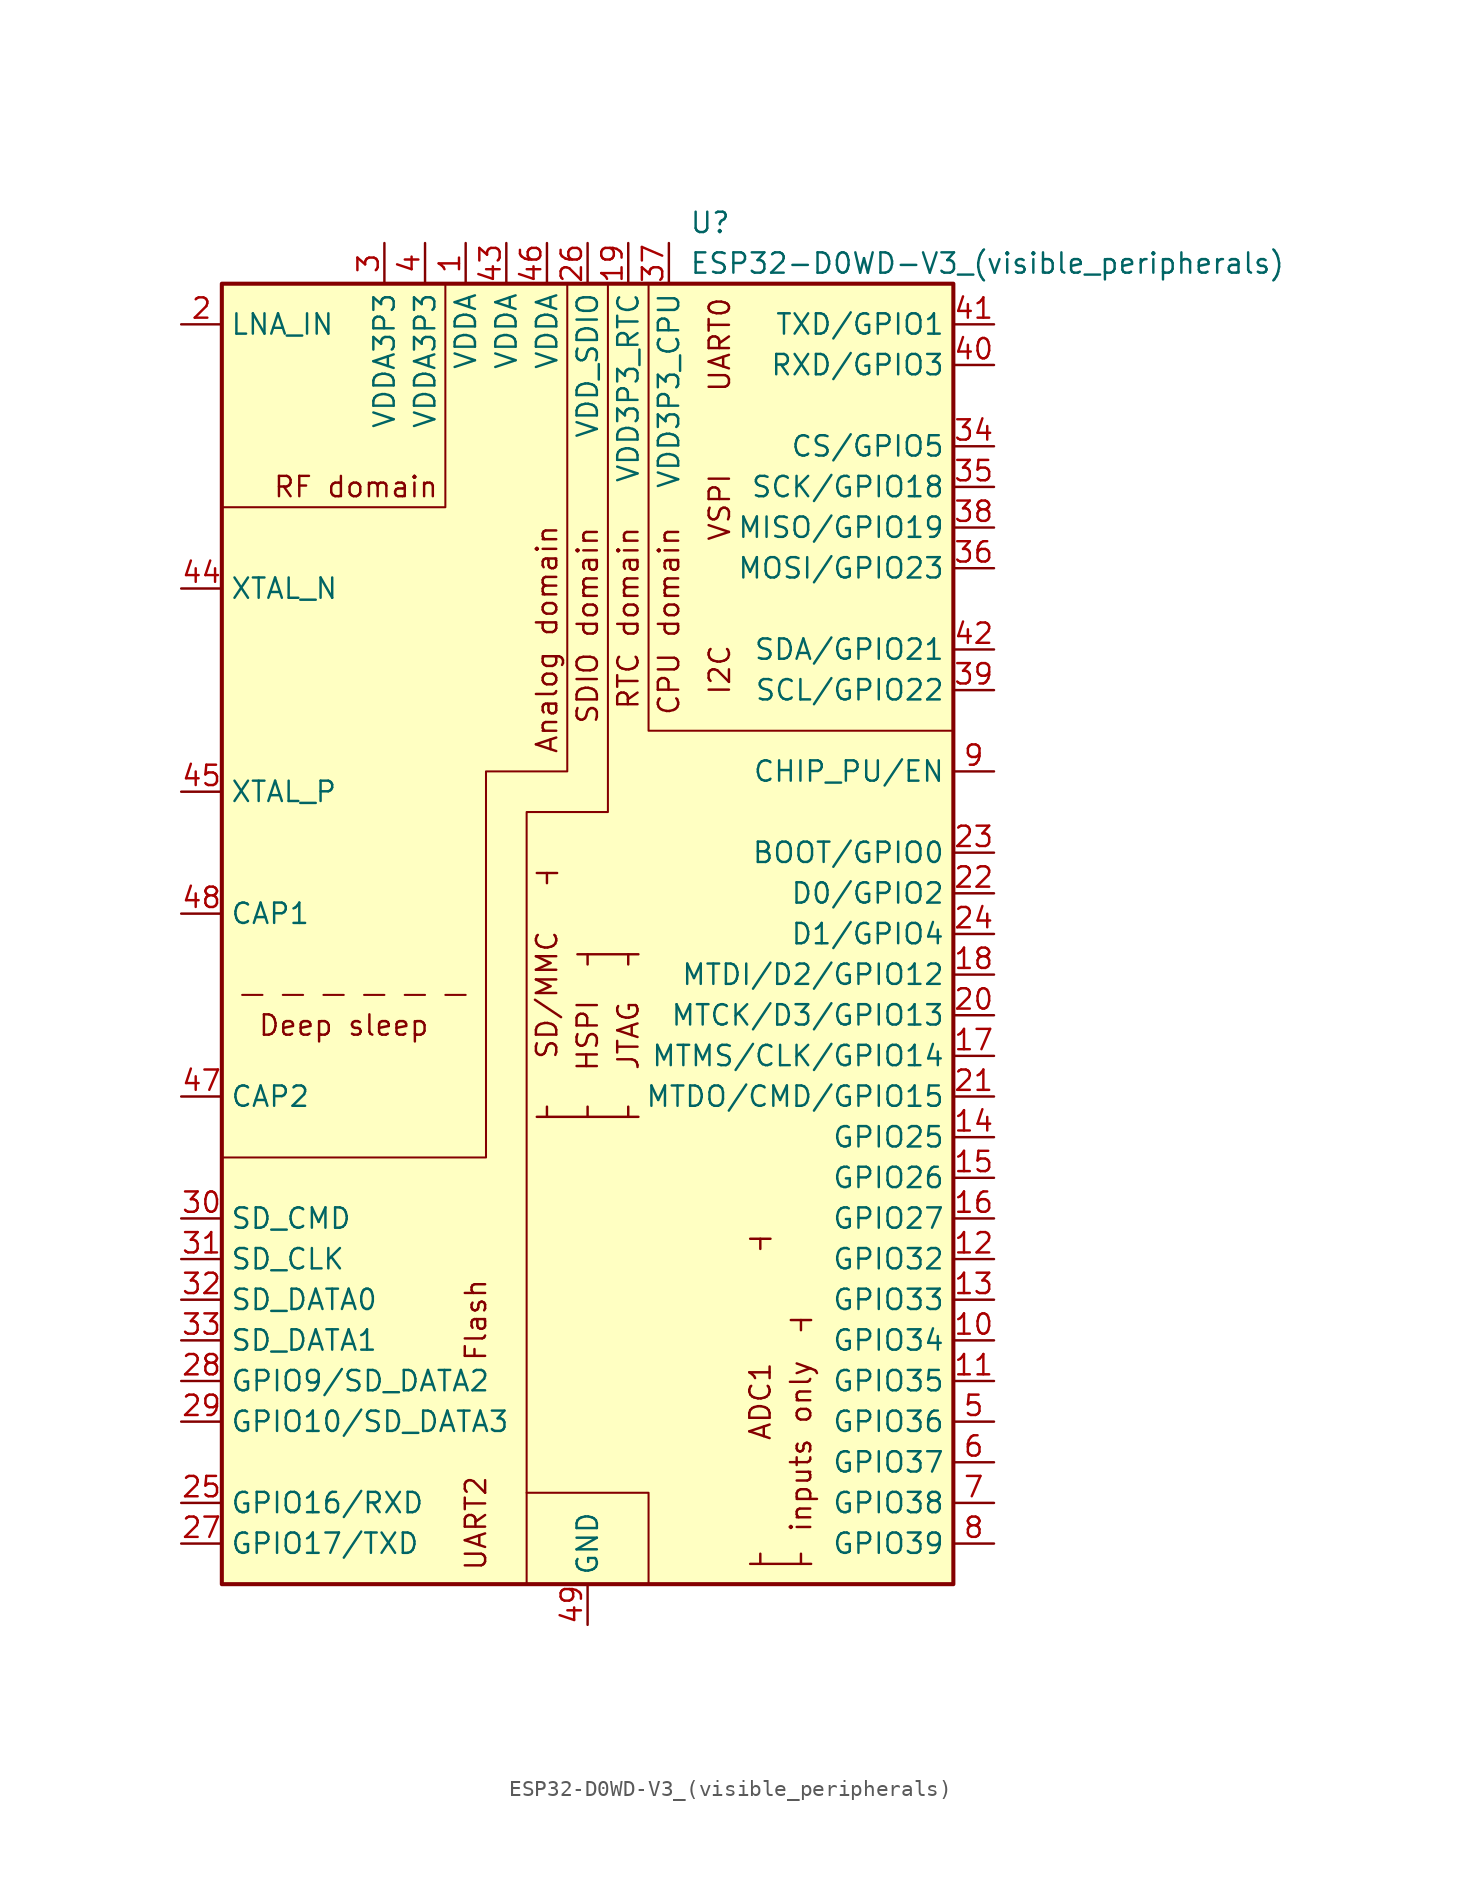
<source format=kicad_sym>
(kicad_symbol_lib
  (version 20211014)
  (generator kicad_symbol_editor)
  (symbol "ESP32-D0WD-V3_(visible_peripherals)"
    (property "Reference" "U"
      (at 6.35 44.45 0)
      (effects (font (size 1.27 1.27)) (justify left)))
    (property "Value" "ESP32-D0WD-V3_(visible_peripherals)"
      (at 6.35 41.91 0)
      (effects (font (size 1.27 1.27)) (justify left)))
    (symbol "ESP32-D0WD-V3_(visible_peripherals)_0_0"
      (text "Deep sleep" (at -15.24 -5.715 0) (effects (font (size 1.27 1.27))))
      (text "Flash" (at -6.985 -24.13 900) (effects (font (size 1.27 1.27))))
      (text "inputs only" (at 13.335 -37.465 900) (effects (font (size 1.27 1.27)) (justify left)))
      (text "SD/MMC" (at -2.54 -3.81 900) (effects (font (size 1.27 1.27))))
      (pin power_in line (at -7.62 43.18 270) (length 2.54) (name "VDDA" (effects (font (size 1.27 1.27)))) (number "1" (effects (font (size 1.27 1.27)))))
      (pin input line (at 25.4 -25.4 180) (length 2.54) (name "GPIO34" (effects (font (size 1.27 1.27)))) (number "10" (effects (font (size 1.27 1.27)))))
      (pin input line (at 25.4 -27.94 180) (length 2.54) (name "GPIO35" (effects (font (size 1.27 1.27)))) (number "11" (effects (font (size 1.27 1.27)))))
      (pin bidirectional line (at 25.4 -20.32 180) (length 2.54) (name "GPIO32" (effects (font (size 1.27 1.27)))) (number "12" (effects (font (size 1.27 1.27)))))
      (pin bidirectional line (at 25.4 -22.86 180) (length 2.54) (name "GPIO33" (effects (font (size 1.27 1.27)))) (number "13" (effects (font (size 1.27 1.27)))))
      (pin bidirectional line (at 25.4 -12.7 180) (length 2.54) (name "GPIO25" (effects (font (size 1.27 1.27)))) (number "14" (effects (font (size 1.27 1.27)))))
      (pin bidirectional line (at 25.4 -15.24 180) (length 2.54) (name "GPIO26" (effects (font (size 1.27 1.27)))) (number "15" (effects (font (size 1.27 1.27)))))
      (pin bidirectional line (at 25.4 -17.78 180) (length 2.54) (name "GPIO27" (effects (font (size 1.27 1.27)))) (number "16" (effects (font (size 1.27 1.27)))))
      (pin bidirectional line (at 25.4 -7.62 180) (length 2.54) (name "MTMS/CLK/GPIO14" (effects (font (size 1.27 1.27)))) (number "17" (effects (font (size 1.27 1.27)))))
      (pin bidirectional line (at 25.4 -2.54 180) (length 2.54) (name "MTDI/D2/GPIO12" (effects (font (size 1.27 1.27)))) (number "18" (effects (font (size 1.27 1.27)))))
      (pin power_in line (at 2.54 43.18 270) (length 2.54) (name "VDD3P3_RTC" (effects (font (size 1.27 1.27)))) (number "19" (effects (font (size 1.27 1.27)))))
      (pin bidirectional line (at -25.4 38.1 0) (length 2.54) (name "LNA_IN" (effects (font (size 1.27 1.27)))) (number "2" (effects (font (size 1.27 1.27)))))
      (pin bidirectional line (at 25.4 -5.08 180) (length 2.54) (name "MTCK/D3/GPIO13" (effects (font (size 1.27 1.27)))) (number "20" (effects (font (size 1.27 1.27)))))
      (pin bidirectional line (at 25.4 -10.16 180) (length 2.54) (name "MTDO/CMD/GPIO15" (effects (font (size 1.27 1.27)))) (number "21" (effects (font (size 1.27 1.27)))))
      (pin bidirectional line (at 25.4 2.54 180) (length 2.54) (name "D0/GPIO2" (effects (font (size 1.27 1.27)))) (number "22" (effects (font (size 1.27 1.27)))))
      (pin bidirectional line (at 25.4 5.08 180) (length 2.54) (name "BOOT/GPIO0" (effects (font (size 1.27 1.27)))) (number "23" (effects (font (size 1.27 1.27)))))
      (pin bidirectional line (at 25.4 0 180) (length 2.54) (name "D1/GPIO4" (effects (font (size 1.27 1.27)))) (number "24" (effects (font (size 1.27 1.27)))))
      (pin bidirectional line (at -25.4 -35.56 0) (length 2.54) (name "GPIO16/RXD" (effects (font (size 1.27 1.27)))) (number "25" (effects (font (size 1.27 1.27)))))
      (pin power_out line (at 0 43.18 270) (length 2.54) (name "VDD_SDIO" (effects (font (size 1.27 1.27)))) (number "26" (effects (font (size 1.27 1.27)))))
      (pin bidirectional line (at -25.4 -38.1 0) (length 2.54) (name "GPIO17/TXD" (effects (font (size 1.27 1.27)))) (number "27" (effects (font (size 1.27 1.27)))))
      (pin bidirectional line (at -25.4 -27.94 0) (length 2.54) (name "GPIO9/SD_DATA2" (effects (font (size 1.27 1.27)))) (number "28" (effects (font (size 1.27 1.27)))))
      (pin bidirectional line (at -25.4 -30.48 0) (length 2.54) (name "GPIO10/SD_DATA3" (effects (font (size 1.27 1.27)))) (number "29" (effects (font (size 1.27 1.27)))))
      (pin power_in line (at -12.7 43.18 270) (length 2.54) (name "VDDA3P3" (effects (font (size 1.27 1.27)))) (number "3" (effects (font (size 1.27 1.27)))))
      (pin bidirectional line (at -25.4 -17.78 0) (length 2.54) (name "SD_CMD" (effects (font (size 1.27 1.27)))) (number "30" (effects (font (size 1.27 1.27)))))
      (pin bidirectional line (at -25.4 -20.32 0) (length 2.54) (name "SD_CLK" (effects (font (size 1.27 1.27)))) (number "31" (effects (font (size 1.27 1.27)))))
      (pin bidirectional line (at -25.4 -22.86 0) (length 2.54) (name "SD_DATA0" (effects (font (size 1.27 1.27)))) (number "32" (effects (font (size 1.27 1.27)))))
      (pin bidirectional line (at -25.4 -25.4 0) (length 2.54) (name "SD_DATA1" (effects (font (size 1.27 1.27)))) (number "33" (effects (font (size 1.27 1.27)))))
      (pin bidirectional line (at 25.4 30.48 180) (length 2.54) (name "CS/GPIO5" (effects (font (size 1.27 1.27)))) (number "34" (effects (font (size 1.27 1.27)))))
      (pin bidirectional line (at 25.4 27.94 180) (length 2.54) (name "SCK/GPIO18" (effects (font (size 1.27 1.27)))) (number "35" (effects (font (size 1.27 1.27)))))
      (pin bidirectional line (at 25.4 22.86 180) (length 2.54) (name "MOSI/GPIO23" (effects (font (size 1.27 1.27)))) (number "36" (effects (font (size 1.27 1.27)))))
      (pin power_in line (at 5.08 43.18 270) (length 2.54) (name "VDD3P3_CPU" (effects (font (size 1.27 1.27)))) (number "37" (effects (font (size 1.27 1.27)))))
      (pin bidirectional line (at 25.4 25.4 180) (length 2.54) (name "MISO/GPIO19" (effects (font (size 1.27 1.27)))) (number "38" (effects (font (size 1.27 1.27)))))
      (pin bidirectional line (at 25.4 15.24 180) (length 2.54) (name "SCL/GPIO22" (effects (font (size 1.27 1.27)))) (number "39" (effects (font (size 1.27 1.27)))))
      (pin bidirectional line (at 25.4 35.56 180) (length 2.54) (name "RXD/GPIO3" (effects (font (size 1.27 1.27)))) (number "40" (effects (font (size 1.27 1.27)))))
      (pin bidirectional line (at 25.4 38.1 180) (length 2.54) (name "TXD/GPIO1" (effects (font (size 1.27 1.27)))) (number "41" (effects (font (size 1.27 1.27)))))
      (pin bidirectional line (at 25.4 17.78 180) (length 2.54) (name "SDA/GPIO21" (effects (font (size 1.27 1.27)))) (number "42" (effects (font (size 1.27 1.27)))))
      (pin power_in line (at -5.08 43.18 270) (length 2.54) (name "VDDA" (effects (font (size 1.27 1.27)))) (number "43" (effects (font (size 1.27 1.27)))))
      (pin output line (at -25.4 21.59 0) (length 2.54) (name "XTAL_N" (effects (font (size 1.27 1.27)))) (number "44" (effects (font (size 1.27 1.27)))))
      (pin input line (at -25.4 8.89 0) (length 2.54) (name "XTAL_P" (effects (font (size 1.27 1.27)))) (number "45" (effects (font (size 1.27 1.27)))))
      (pin power_in line (at -2.54 43.18 270) (length 2.54) (name "VDDA" (effects (font (size 1.27 1.27)))) (number "46" (effects (font (size 1.27 1.27)))))
      (pin passive line (at -25.4 -10.16 0) (length 2.54) (name "CAP2" (effects (font (size 1.27 1.27)))) (number "47" (effects (font (size 1.27 1.27)))))
      (pin passive line (at -25.4 1.27 0) (length 2.54) (name "CAP1" (effects (font (size 1.27 1.27)))) (number "48" (effects (font (size 1.27 1.27)))))
      (pin power_in line (at 0 -43.18 90) (length 2.54) (name "GND" (effects (font (size 1.27 1.27)))) (number "49" (effects (font (size 1.27 1.27)))))
      (pin input line (at 25.4 -30.48 180) (length 2.54) (name "GPIO36" (effects (font (size 1.27 1.27)))) (number "5" (effects (font (size 1.27 1.27)))))
      (pin input line (at 25.4 -33.02 180) (length 2.54) (name "GPIO37" (effects (font (size 1.27 1.27)))) (number "6" (effects (font (size 1.27 1.27)))))
      (pin input line (at 25.4 -35.56 180) (length 2.54) (name "GPIO38" (effects (font (size 1.27 1.27)))) (number "7" (effects (font (size 1.27 1.27)))))
      (pin input line (at 25.4 -38.1 180) (length 2.54) (name "GPIO39" (effects (font (size 1.27 1.27)))) (number "8" (effects (font (size 1.27 1.27)))))
      (pin input line (at 25.4 10.16 180) (length 2.54) (name "CHIP_PU/EN" (effects (font (size 1.27 1.27)))) (number "9" (effects (font (size 1.27 1.27))))))
    (symbol "ESP32-D0WD-V3_(visible_peripherals)_0_1"
      (rectangle (start -22.86 40.64) (end 22.86 -40.64) (stroke (width 0.254) (type default) (color 0 0 0 0)) (fill (type background)))
      (polyline (pts (xy 1.27 40.64) (xy 1.27 7.62) (xy -3.81 7.62) (xy -3.81 -40.64)) (stroke (width 0.127) (type default) (color 0 0 0 0)) (fill (type none)))
      (polyline (pts (xy -22.86 -13.97) (xy -6.35 -13.97) (xy -6.35 10.16) (xy -1.27 10.16) (xy -1.27 40.64)) (stroke (width 0.127) (type default) (color 0 0 0 0)) (fill (type none))))
    (symbol "ESP32-D0WD-V3_(visible_peripherals)_1_1"
      (polyline (pts (xy -21.59 -3.81) (xy -20.32 -3.81)) (stroke (width 0.127) (type default) (color 0 0 0 0)) (fill (type none)))
      (polyline (pts (xy -19.05 -3.81) (xy -17.78 -3.81)) (stroke (width 0.127) (type default) (color 0 0 0 0)) (fill (type none)))
      (polyline (pts (xy -16.51 -3.81) (xy -15.24 -3.81)) (stroke (width 0.127) (type default) (color 0 0 0 0)) (fill (type none)))
      (polyline (pts (xy -13.97 -3.81) (xy -12.7 -3.81)) (stroke (width 0.127) (type default) (color 0 0 0 0)) (fill (type none)))
      (polyline (pts (xy -11.43 -3.81) (xy -10.16 -3.81)) (stroke (width 0.127) (type default) (color 0 0 0 0)) (fill (type none)))
      (polyline (pts (xy -8.89 -3.81) (xy -7.62 -3.81)) (stroke (width 0.127) (type default) (color 0 0 0 0)) (fill (type none)))
      (polyline (pts (xy -3.175 -11.43) (xy 3.175 -11.43)) (stroke (width 0) (type default) (color 0 0 0 0)) (fill (type none)))
      (polyline (pts (xy -2.54 -10.795) (xy -2.54 -11.43)) (stroke (width 0) (type default) (color 0 0 0 0)) (fill (type none)))
      (polyline (pts (xy -2.54 3.175) (xy -2.54 3.81)) (stroke (width 0) (type default) (color 0 0 0 0)) (fill (type none)))
      (polyline (pts (xy -1.905 3.81) (xy -3.175 3.81)) (stroke (width 0) (type default) (color 0 0 0 0)) (fill (type none)))
      (polyline (pts (xy 0 -10.795) (xy 0 -11.43)) (stroke (width 0) (type default) (color 0 0 0 0)) (fill (type none)))
      (polyline (pts (xy 0 -1.905) (xy 0 -1.27)) (stroke (width 0) (type default) (color 0 0 0 0)) (fill (type none)))
      (polyline (pts (xy 2.54 -10.795) (xy 2.54 -11.43)) (stroke (width 0) (type default) (color 0 0 0 0)) (fill (type none)))
      (polyline (pts (xy 2.54 -1.905) (xy 2.54 -1.27)) (stroke (width 0) (type default) (color 0 0 0 0)) (fill (type none)))
      (polyline (pts (xy 3.175 -1.27) (xy -0.635 -1.27)) (stroke (width 0) (type default) (color 0 0 0 0)) (fill (type none)))
      (polyline (pts (xy 10.795 -38.735) (xy 10.795 -39.37)) (stroke (width 0) (type default) (color 0 0 0 0)) (fill (type none)))
      (polyline (pts (xy 10.795 -19.685) (xy 10.795 -19.05)) (stroke (width 0) (type default) (color 0 0 0 0)) (fill (type none)))
      (polyline (pts (xy 11.43 -19.05) (xy 10.16 -19.05)) (stroke (width 0) (type default) (color 0 0 0 0)) (fill (type none)))
      (polyline (pts (xy 13.335 -38.735) (xy 13.335 -39.37)) (stroke (width 0) (type default) (color 0 0 0 0)) (fill (type none)))
      (polyline (pts (xy 13.335 -24.765) (xy 13.335 -24.13)) (stroke (width 0) (type default) (color 0 0 0 0)) (fill (type none)))
      (polyline (pts (xy 13.97 -24.13) (xy 12.7 -24.13)) (stroke (width 0) (type default) (color 0 0 0 0)) (fill (type none)))
      (polyline (pts (xy -8.89 40.64) (xy -8.89 26.67) (xy -22.86 26.67)) (stroke (width 0.127) (type default) (color 0 0 0 0)) (fill (type none)))
      (polyline (pts (xy -3.81 -34.925) (xy 3.81 -34.925) (xy 3.81 -40.64)) (stroke (width 0.127) (type default) (color 0 0 0 0)) (fill (type none)))
      (polyline (pts (xy 3.81 40.64) (xy 3.81 12.7) (xy 22.86 12.7)) (stroke (width 0.127) (type default) (color 0 0 0 0)) (fill (type none)))
      (polyline (pts (xy 10.16 -39.37) (xy 13.335 -39.37) (xy 13.97 -39.37) (xy 11.43 -39.37)) (stroke (width 0) (type default) (color 0 0 0 0)) (fill (type none)))
      (text "ADC1" (at 10.795 -29.21 900) (effects (font (size 1.27 1.27))))
      (text "Analog domain" (at -2.54 18.415 900) (effects (font (size 1.27 1.27))))
      (text "CPU domain" (at 5.08 25.527 900) (effects (font (size 1.27 1.27)) (justify right)))
      (text "HSPI" (at 0 -6.35 900) (effects (font (size 1.27 1.27))))
      (text "I2C" (at 8.255 16.51 900) (effects (font (size 1.27 1.27))))
      (text "JTAG" (at 2.54 -6.35 900) (effects (font (size 1.27 1.27))))
      (text "RF domain" (at -9.271 27.94 0) (effects (font (size 1.27 1.27)) (justify right)))
      (text "RTC domain" (at 2.54 25.527 900) (effects (font (size 1.27 1.27)) (justify right)))
      (text "SDIO domain" (at 0 25.527 900) (effects (font (size 1.27 1.27)) (justify right)))
      (text "UART0" (at 8.255 36.83 900) (effects (font (size 1.27 1.27))))
      (text "UART2" (at -6.985 -36.83 900) (effects (font (size 1.27 1.27))))
      (text "VSPI" (at 8.255 26.67 900) (effects (font (size 1.27 1.27))))
      (pin power_in line (at -10.16 43.18 270) (length 2.54) (name "VDDA3P3" (effects (font (size 1.27 1.27)))) (number "4" (effects (font (size 1.27 1.27))))))))
</source>
